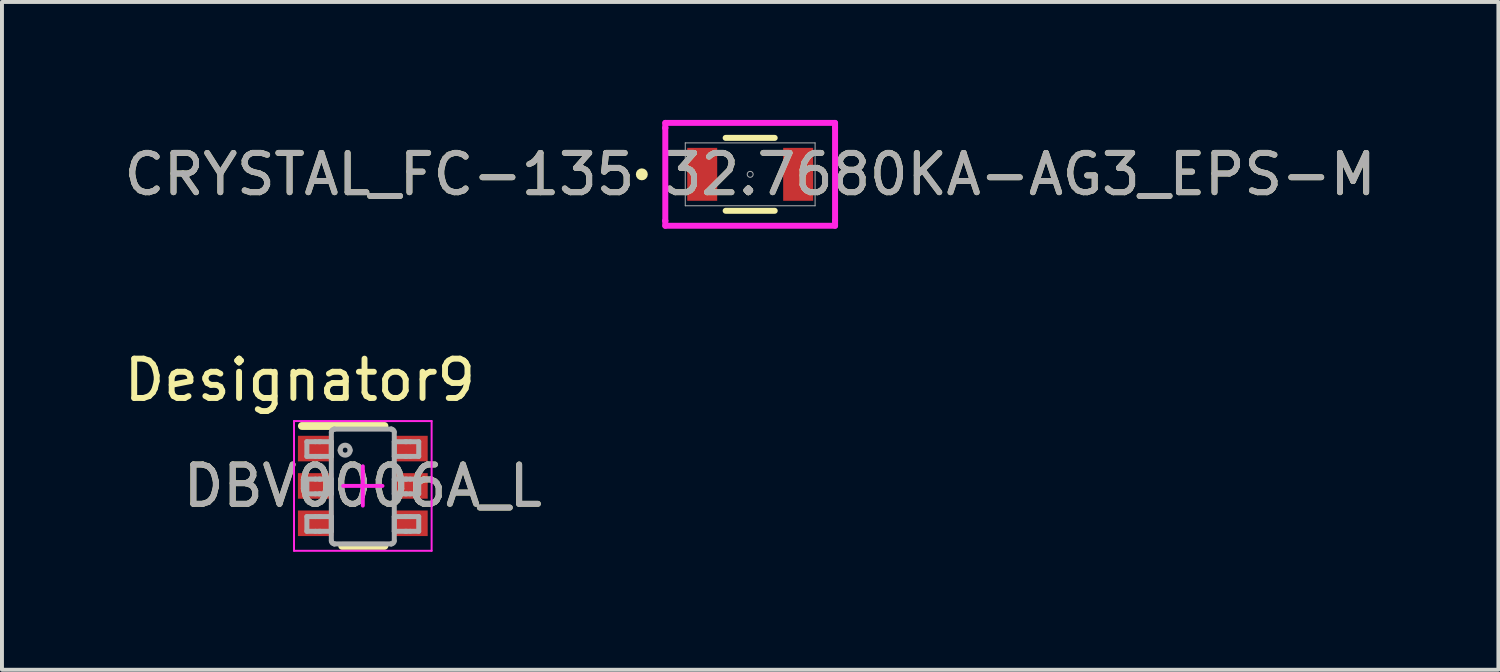
<source format=kicad_pcb>
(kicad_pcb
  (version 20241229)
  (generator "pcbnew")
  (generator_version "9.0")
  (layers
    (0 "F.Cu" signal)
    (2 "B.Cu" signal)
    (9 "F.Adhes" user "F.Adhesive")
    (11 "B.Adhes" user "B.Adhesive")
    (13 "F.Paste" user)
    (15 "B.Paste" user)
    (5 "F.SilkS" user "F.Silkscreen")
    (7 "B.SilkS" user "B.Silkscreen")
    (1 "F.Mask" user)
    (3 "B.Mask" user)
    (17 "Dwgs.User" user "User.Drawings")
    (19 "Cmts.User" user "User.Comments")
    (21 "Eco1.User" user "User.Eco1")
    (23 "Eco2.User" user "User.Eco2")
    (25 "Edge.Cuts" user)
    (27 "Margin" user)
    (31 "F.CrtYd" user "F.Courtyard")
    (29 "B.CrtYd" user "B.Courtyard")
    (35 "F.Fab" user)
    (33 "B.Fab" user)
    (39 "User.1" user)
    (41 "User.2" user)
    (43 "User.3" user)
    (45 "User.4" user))
  (footprint "DBV0006A_L"
    (layer "F.Cu")
    (at 6.178 9.309)
    (property "Reference" "DBV0006A_L" (at 0 0 0) (unlocked yes) (layer "F.SilkS") (effects (font (size 1 1) (thickness 0.15))))
    (attr smd)
    (fp_line (start -1.55 -1.525) (end 0.55 -1.525) (stroke (width 0.2) (type solid)) (layer "F.SilkS"))
    (fp_line (start -0.525 1.525) (end 0.55 1.525) (stroke (width 0.2) (type solid)) (layer "F.SilkS"))
    (fp_line (start -1.75 -1.65) (end 1.75 -1.65) (stroke (width 0.05) (type solid)) (layer "F.CrtYd"))
    (fp_line (start -1.75 1.65) (end -1.75 -1.65) (stroke (width 0.05) (type solid)) (layer "F.CrtYd"))
    (fp_line (start -1.75 1.65) (end 1.75 1.65) (stroke (width 0.05) (type solid)) (layer "F.CrtYd"))
    (fp_line (start -0.5 0) (end 0.5 0) (stroke (width 0.1) (type solid)) (layer "F.CrtYd"))
    (fp_line (start 0 0.5) (end 0 -0.5) (stroke (width 0.1) (type solid)) (layer "F.CrtYd"))
    (fp_line (start 1.75 1.65) (end 1.75 -1.65) (stroke (width 0.05) (type solid)) (layer "F.CrtYd"))
    (fp_line (start -1.423 -1.125) (end -1.206 -1.125) (stroke (width 0.127) (type solid)) (layer "F.Fab"))
    (fp_line (start -1.423 -0.751) (end -1.423 -1.125) (stroke (width 0.127) (type solid)) (layer "F.Fab"))
    (fp_line (start -1.423 -0.751) (end -1.206 -0.751) (stroke (width 0.127) (type solid)) (layer "F.Fab"))
    (fp_line (start -1.423 -0.173) (end -1.206 -0.173) (stroke (width 0.127) (type solid)) (layer "F.Fab"))
    (fp_line (start -1.423 0.202) (end -1.423 -0.173) (stroke (width 0.127) (type solid)) (layer "F.Fab"))
    (fp_line (start -1.423 0.202) (end -1.206 0.202) (stroke (width 0.127) (type solid)) (layer "F.Fab"))
    (fp_line (start -1.423 0.78) (end -1.206 0.78) (stroke (width 0.127) (type solid)) (layer "F.Fab"))
    (fp_line (start -1.423 1.154) (end -1.423 0.78) (stroke (width 0.127) (type solid)) (layer "F.Fab"))
    (fp_line (start -1.423 1.154) (end -1.206 1.154) (stroke (width 0.127) (type solid)) (layer "F.Fab"))
    (fp_line (start -1.206 -1.125) (end -1.113 -1.125) (stroke (width 0.127) (type solid)) (layer "F.Fab"))
    (fp_line (start -1.206 -0.751) (end -1.113 -0.751) (stroke (width 0.127) (type solid)) (layer "F.Fab"))
    (fp_line (start -1.206 -0.173) (end -1.113 -0.173) (stroke (width 0.127) (type solid)) (layer "F.Fab"))
    (fp_line (start -1.206 0.202) (end -1.113 0.202) (stroke (width 0.127) (type solid)) (layer "F.Fab"))
    (fp_line (start -1.206 0.78) (end -1.113 0.78) (stroke (width 0.127) (type solid)) (layer "F.Fab"))
    (fp_line (start -1.206 1.154) (end -1.113 1.154) (stroke (width 0.127) (type solid)) (layer "F.Fab"))
    (fp_line (start -1.113 -1.125) (end -1.081 -1.125) (stroke (width 0.127) (type solid)) (layer "F.Fab"))
    (fp_line (start -1.113 -0.751) (end -1.081 -0.751) (stroke (width 0.127) (type solid)) (layer "F.Fab"))
    (fp_line (start -1.113 -0.173) (end -1.081 -0.173) (stroke (width 0.127) (type solid)) (layer "F.Fab"))
    (fp_line (start -1.113 0.202) (end -1.081 0.202) (stroke (width 0.127) (type solid)) (layer "F.Fab"))
    (fp_line (start -1.113 0.78) (end -1.081 0.78) (stroke (width 0.127) (type solid)) (layer "F.Fab"))
    (fp_line (start -1.113 1.154) (end -1.081 1.154) (stroke (width 0.127) (type solid)) (layer "F.Fab"))
    (fp_line (start -1.081 -1.125) (end -0.828 -1.125) (stroke (width 0.127) (type solid)) (layer "F.Fab"))
    (fp_line (start -1.081 -0.751) (end -0.828 -0.751) (stroke (width 0.127) (type solid)) (layer "F.Fab"))
    (fp_line (start -1.081 -0.173) (end -0.828 -0.173) (stroke (width 0.127) (type solid)) (layer "F.Fab"))
    (fp_line (start -1.081 0.202) (end -0.828 0.202) (stroke (width 0.127) (type solid)) (layer "F.Fab"))
    (fp_line (start -1.081 0.78) (end -0.828 0.78) (stroke (width 0.127) (type solid)) (layer "F.Fab"))
    (fp_line (start -1.081 1.154) (end -0.828 1.154) (stroke (width 0.127) (type solid)) (layer "F.Fab"))
    (fp_line (start -0.828 -1.125) (end -0.801 -1.125) (stroke (width 0.127) (type solid)) (layer "F.Fab"))
    (fp_line (start -0.828 -0.751) (end -0.801 -0.751) (stroke (width 0.127) (type solid)) (layer "F.Fab"))
    (fp_line (start -0.828 -0.173) (end -0.801 -0.173) (stroke (width 0.127) (type solid)) (layer "F.Fab"))
    (fp_line (start -0.828 0.202) (end -0.801 0.202) (stroke (width 0.127) (type solid)) (layer "F.Fab"))
    (fp_line (start -0.828 0.78) (end -0.801 0.78) (stroke (width 0.127) (type solid)) (layer "F.Fab"))
    (fp_line (start -0.828 1.154) (end -0.801 1.154) (stroke (width 0.127) (type solid)) (layer "F.Fab"))
    (fp_line (start -0.801 -0.751) (end -0.801 -1.125) (stroke (width 0.127) (type solid)) (layer "F.Fab"))
    (fp_line (start -0.801 0.202) (end -0.801 -0.173) (stroke (width 0.127) (type solid)) (layer "F.Fab"))
    (fp_line (start -0.801 1.154) (end -0.801 0.78) (stroke (width 0.127) (type solid)) (layer "F.Fab"))
    (fp_line (start -0.801 1.399) (end -0.801 -1.37) (stroke (width 0.127) (type solid)) (layer "F.Fab"))
    (fp_line (start -0.725 -1.446) (end -0.724 -1.446) (stroke (width 0.127) (type solid)) (layer "F.Fab"))
    (fp_line (start -0.725 1.475) (end -0.724 1.475) (stroke (width 0.127) (type solid)) (layer "F.Fab"))
    (fp_line (start -0.724 -1.446) (end 0.723 -1.446) (stroke (width 0.127) (type solid)) (layer "F.Fab"))
    (fp_line (start -0.724 1.475) (end 0.723 1.475) (stroke (width 0.127) (type solid)) (layer "F.Fab"))
    (fp_line (start 0.723 -1.446) (end 0.724 -1.446) (stroke (width 0.127) (type solid)) (layer "F.Fab"))
    (fp_line (start 0.723 1.475) (end 0.724 1.475) (stroke (width 0.127) (type solid)) (layer "F.Fab"))
    (fp_line (start 0.8 -1.125) (end 0.827 -1.125) (stroke (width 0.127) (type solid)) (layer "F.Fab"))
    (fp_line (start 0.8 -0.751) (end 0.8 -1.125) (stroke (width 0.127) (type solid)) (layer "F.Fab"))
    (fp_line (start 0.8 -0.751) (end 0.827 -0.751) (stroke (width 0.127) (type solid)) (layer "F.Fab"))
    (fp_line (start 0.8 -0.173) (end 0.827 -0.173) (stroke (width 0.127) (type solid)) (layer "F.Fab"))
    (fp_line (start 0.8 0.202) (end 0.8 -0.173) (stroke (width 0.127) (type solid)) (layer "F.Fab"))
    (fp_line (start 0.8 0.202) (end 0.827 0.202) (stroke (width 0.127) (type solid)) (layer "F.Fab"))
    (fp_line (start 0.8 0.78) (end 0.827 0.78) (stroke (width 0.127) (type solid)) (layer "F.Fab"))
    (fp_line (start 0.8 1.154) (end 0.8 0.78) (stroke (width 0.127) (type solid)) (layer "F.Fab"))
    (fp_line (start 0.8 1.154) (end 0.827 1.154) (stroke (width 0.127) (type solid)) (layer "F.Fab"))
    (fp_line (start 0.8 1.399) (end 0.8 -1.37) (stroke (width 0.127) (type solid)) (layer "F.Fab"))
    (fp_line (start 0.827 -1.125) (end 1.08 -1.125) (stroke (width 0.127) (type solid)) (layer "F.Fab"))
    (fp_line (start 0.827 -0.751) (end 1.08 -0.751) (stroke (width 0.127) (type solid)) (layer "F.Fab"))
    (fp_line (start 0.827 -0.173) (end 1.08 -0.173) (stroke (width 0.127) (type solid)) (layer "F.Fab"))
    (fp_line (start 0.827 0.202) (end 1.08 0.202) (stroke (width 0.127) (type solid)) (layer "F.Fab"))
    (fp_line (start 0.827 0.78) (end 1.08 0.78) (stroke (width 0.127) (type solid)) (layer "F.Fab"))
    (fp_line (start 0.827 1.154) (end 1.08 1.154) (stroke (width 0.127) (type solid)) (layer "F.Fab"))
    (fp_line (start 1.08 -1.125) (end 1.112 -1.125) (stroke (width 0.127) (type solid)) (layer "F.Fab"))
    (fp_line (start 1.08 -0.751) (end 1.112 -0.751) (stroke (width 0.127) (type solid)) (layer "F.Fab"))
    (fp_line (start 1.08 -0.173) (end 1.112 -0.173) (stroke (width 0.127) (type solid)) (layer "F.Fab"))
    (fp_line (start 1.08 0.202) (end 1.112 0.202) (stroke (width 0.127) (type solid)) (layer "F.Fab"))
    (fp_line (start 1.08 0.78) (end 1.112 0.78) (stroke (width 0.127) (type solid)) (layer "F.Fab"))
    (fp_line (start 1.08 1.154) (end 1.112 1.154) (stroke (width 0.127) (type solid)) (layer "F.Fab"))
    (fp_line (start 1.112 -1.125) (end 1.205 -1.125) (stroke (width 0.127) (type solid)) (layer "F.Fab"))
    (fp_line (start 1.112 -0.751) (end 1.205 -0.751) (stroke (width 0.127) (type solid)) (layer "F.Fab"))
    (fp_line (start 1.112 -0.173) (end 1.205 -0.173) (stroke (width 0.127) (type solid)) (layer "F.Fab"))
    (fp_line (start 1.112 0.202) (end 1.205 0.202) (stroke (width 0.127) (type solid)) (layer "F.Fab"))
    (fp_line (start 1.112 0.78) (end 1.205 0.78) (stroke (width 0.127) (type solid)) (layer "F.Fab"))
    (fp_line (start 1.112 1.154) (end 1.205 1.154) (stroke (width 0.127) (type solid)) (layer "F.Fab"))
    (fp_line (start 1.205 -1.125) (end 1.422 -1.125) (stroke (width 0.127) (type solid)) (layer "F.Fab"))
    (fp_line (start 1.205 -0.751) (end 1.422 -0.751) (stroke (width 0.127) (type solid)) (layer "F.Fab"))
    (fp_line (start 1.205 -0.173) (end 1.422 -0.173) (stroke (width 0.127) (type solid)) (layer "F.Fab"))
    (fp_line (start 1.205 0.202) (end 1.422 0.202) (stroke (width 0.127) (type solid)) (layer "F.Fab"))
    (fp_line (start 1.205 0.78) (end 1.422 0.78) (stroke (width 0.127) (type solid)) (layer "F.Fab"))
    (fp_line (start 1.205 1.154) (end 1.422 1.154) (stroke (width 0.127) (type solid)) (layer "F.Fab"))
    (fp_line (start 1.422 -0.751) (end 1.422 -1.125) (stroke (width 0.127) (type solid)) (layer "F.Fab"))
    (fp_line (start 1.422 0.202) (end 1.422 -0.173) (stroke (width 0.127) (type solid)) (layer "F.Fab"))
    (fp_line (start 1.422 1.154) (end 1.422 0.78) (stroke (width 0.127) (type solid)) (layer "F.Fab"))
    (fp_arc (start -0.800692 -1.369901) (mid -0.778512 -1.423533) (end -0.724999 -1.446) (stroke (width 0.127) (type solid)) (layer "F.Fab"))
    (fp_arc (start -0.724999 1.475002) (mid -0.778507 1.452548) (end -0.800692 1.398928) (stroke (width 0.127) (type solid)) (layer "F.Fab"))
    (fp_arc (start -0.576537 -0.906071) (mid -0.449562 -1.033046) (end -0.322588 -0.906071) (stroke (width 0.127) (type solid)) (layer "F.Fab"))
    (fp_arc (start -0.322588 -0.906071) (mid -0.449562 -0.779097) (end -0.576537 -0.906071) (stroke (width 0.127) (type solid)) (layer "F.Fab"))
    (fp_arc (start 0.723841 -1.446) (mid 0.777341 -1.423528) (end 0.799508 -1.369901) (stroke (width 0.127) (type solid)) (layer "F.Fab"))
    (fp_arc (start 0.799508 1.398928) (mid 0.777336 1.452543) (end 0.723841 1.475002) (stroke (width 0.127) (type solid)) (layer "F.Fab"))
    (fp_text user "Designator9" (at -1.6 -2.692 0) (unlocked yes) (layer "F.SilkS") (effects (font (size 1 1) (thickness 0.15))))
    (fp_text user "${REFERENCE}" (at 0 0 0) (unlocked yes) (layer "F.Fab") (effects (font (size 1 1) (thickness 0.15))))
    (pad "1" smd rect (at -1.2 -0.95 90) (size 0.65 0.9) (layers "F.Cu" "F.Mask" "F.Paste"))
    (pad "2" smd rect (at -1.2 0 90) (size 0.65 0.9) (layers "F.Cu" "F.Mask" "F.Paste"))
    (pad "3" smd rect (at -1.2 0.95 90) (size 0.65 0.9) (layers "F.Cu" "F.Mask" "F.Paste"))
    (pad "4" smd rect (at 1.2 0.95 90) (size 0.65 0.9) (layers "F.Cu" "F.Mask" "F.Paste"))
    (pad "5" smd rect (at 1.2 0 90) (size 0.65 0.9) (layers "F.Cu" "F.Mask" "F.Paste"))
    (pad "6" smd rect (at 1.2 -0.95 90) (size 0.65 0.9) (layers "F.Cu" "F.Mask" "F.Paste")))
  (footprint "CRYSTAL_FC-135 32.7680KA-AG3_EPS-M"
    (layer "F.Cu")
    (at 16.03 1.384)
    (property "Reference" "CRYSTAL_FC-135 32.7680KA-AG3_EPS-M" (at 0 0 0) (unlocked yes) (layer "F.SilkS") (effects (font (size 1 1) (thickness 0.15))))
    (attr smd)
    (fp_line (start -0.624 0.927) (end 0.624 0.927) (stroke (width 0.152) (type solid)) (layer "F.SilkS"))
    (fp_line (start 0.624 -0.927) (end -0.624 -0.927) (stroke (width 0.152) (type solid)) (layer "F.SilkS"))
    (fp_circle (center -2.756 0) (end -2.68 0) (stroke (width 0.152) (type solid)) (fill no) (layer "F.SilkS"))
    (fp_line (start -2.159 -1.308) (end 2.159 -1.308) (stroke (width 0.152) (type solid)) (layer "F.CrtYd"))
    (fp_line (start -2.159 -1.181) (end -2.159 -1.308) (stroke (width 0.152) (type solid)) (layer "F.CrtYd"))
    (fp_line (start -2.159 -1.181) (end -2.159 -1.181) (stroke (width 0.152) (type solid)) (layer "F.CrtYd"))
    (fp_line (start -2.159 1.181) (end -2.159 -1.181) (stroke (width 0.152) (type solid)) (layer "F.CrtYd"))
    (fp_line (start -2.159 1.181) (end -2.159 1.181) (stroke (width 0.152) (type solid)) (layer "F.CrtYd"))
    (fp_line (start -2.159 1.308) (end -2.159 1.181) (stroke (width 0.152) (type solid)) (layer "F.CrtYd"))
    (fp_line (start 2.159 -1.308) (end 2.159 -1.181) (stroke (width 0.152) (type solid)) (layer "F.CrtYd"))
    (fp_line (start 2.159 -1.181) (end 2.159 -1.181) (stroke (width 0.152) (type solid)) (layer "F.CrtYd"))
    (fp_line (start 2.159 -1.181) (end 2.159 1.181) (stroke (width 0.152) (type solid)) (layer "F.CrtYd"))
    (fp_line (start 2.159 1.181) (end 2.159 1.181) (stroke (width 0.152) (type solid)) (layer "F.CrtYd"))
    (fp_line (start 2.159 1.181) (end 2.159 1.308) (stroke (width 0.152) (type solid)) (layer "F.CrtYd"))
    (fp_line (start 2.159 1.308) (end -2.159 1.308) (stroke (width 0.152) (type solid)) (layer "F.CrtYd"))
    (fp_line (start -1.651 -0.8) (end -1.651 0.8) (stroke (width 0.025) (type solid)) (layer "F.Fab"))
    (fp_line (start -1.651 0.8) (end 1.651 0.8) (stroke (width 0.025) (type solid)) (layer "F.Fab"))
    (fp_line (start 1.651 -0.8) (end -1.651 -0.8) (stroke (width 0.025) (type solid)) (layer "F.Fab"))
    (fp_line (start 1.651 0.8) (end 1.651 -0.8) (stroke (width 0.025) (type solid)) (layer "F.Fab"))
    (fp_circle (center 0 0) (end 0.076 0) (stroke (width 0.025) (type solid)) (fill no) (layer "F.Fab"))
    (fp_text user "${REFERENCE}" (at 0 0 0) (unlocked yes) (layer "F.Fab") (effects (font (size 1 1) (thickness 0.15))))
    (pad "1" smd rect (at -1.22 0) (size 0.762 1.346) (layers "F.Cu" "F.Mask" "F.Paste"))
    (pad "2" smd rect (at 1.22 0) (size 0.762 1.346) (layers "F.Cu" "F.Mask" "F.Paste")))
  (gr_rect
    (start -3 -3)
    (end 35.06 13.984)
    (stroke (width 0.1) (type default))
    (fill no)
    (layer "Edge.Cuts")))
</source>
